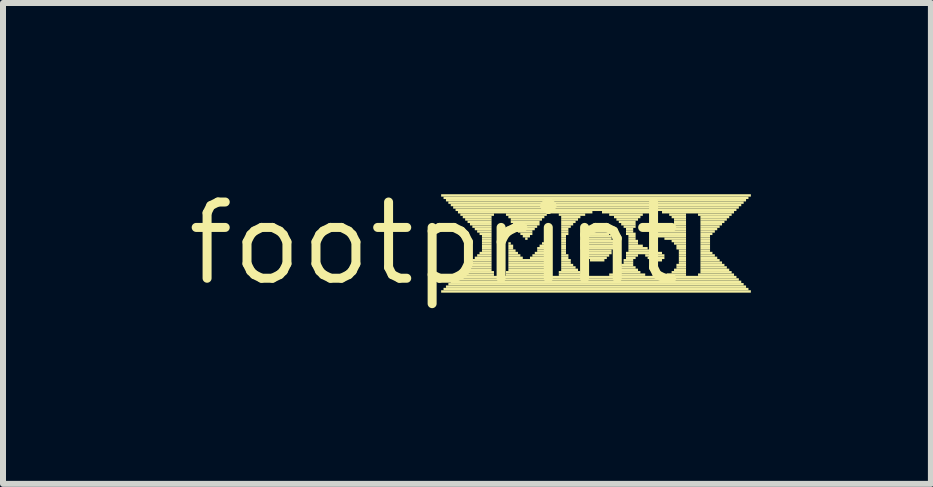
<source format=kicad_pcb>
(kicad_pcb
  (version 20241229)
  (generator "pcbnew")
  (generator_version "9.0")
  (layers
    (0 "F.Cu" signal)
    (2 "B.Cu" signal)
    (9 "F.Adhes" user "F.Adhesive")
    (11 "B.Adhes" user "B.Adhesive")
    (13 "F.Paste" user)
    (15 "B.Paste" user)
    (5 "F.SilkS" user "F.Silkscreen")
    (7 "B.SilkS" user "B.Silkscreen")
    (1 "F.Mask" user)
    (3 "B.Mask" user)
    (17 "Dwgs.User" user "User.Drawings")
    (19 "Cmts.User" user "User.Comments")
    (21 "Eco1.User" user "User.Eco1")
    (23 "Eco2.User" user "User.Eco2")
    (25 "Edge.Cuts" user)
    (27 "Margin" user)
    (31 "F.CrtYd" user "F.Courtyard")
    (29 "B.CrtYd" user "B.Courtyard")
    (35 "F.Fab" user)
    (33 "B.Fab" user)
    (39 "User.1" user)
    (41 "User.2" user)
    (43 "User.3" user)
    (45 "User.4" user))
  (footprint "footprint"
    (layer "F.Cu")
    (at 4.18 1.006)
    (property "Reference" "footprint" (at 0 0 0) (layer "F.SilkS") (effects (font (size 1.27 1.27) (thickness 0.15))))
    (fp_poly (pts (xy 0.12 -0.78) (xy 5.28 -0.78) (xy 5.28 -0.82) (xy 0.12 -0.82)) (stroke (width 0) (type solid)) (fill yes) (layer "F.SilkS"))
    (fp_poly (pts (xy 0.12 0.82) (xy 5.28 0.82) (xy 5.28 0.78) (xy 0.12 0.78)) (stroke (width 0) (type solid)) (fill yes) (layer "F.SilkS"))
    (fp_poly (pts (xy 0.16 -0.74) (xy 5.24 -0.74) (xy 5.24 -0.78) (xy 0.16 -0.78)) (stroke (width 0) (type solid)) (fill yes) (layer "F.SilkS"))
    (fp_poly (pts (xy 0.16 0.78) (xy 5.24 0.78) (xy 5.24 0.74) (xy 0.16 0.74)) (stroke (width 0) (type solid)) (fill yes) (layer "F.SilkS"))
    (fp_poly (pts (xy 0.2 -0.7) (xy 5.2 -0.7) (xy 5.2 -0.74) (xy 0.2 -0.74)) (stroke (width 0) (type solid)) (fill yes) (layer "F.SilkS"))
    (fp_poly (pts (xy 0.2 0.74) (xy 5.2 0.74) (xy 5.2 0.7) (xy 0.2 0.7)) (stroke (width 0) (type solid)) (fill yes) (layer "F.SilkS"))
    (fp_poly (pts (xy 0.24 -0.66) (xy 5.16 -0.66) (xy 5.16 -0.7) (xy 0.24 -0.7)) (stroke (width 0) (type solid)) (fill yes) (layer "F.SilkS"))
    (fp_poly (pts (xy 0.24 0.7) (xy 5.16 0.7) (xy 5.16 0.66) (xy 0.24 0.66)) (stroke (width 0) (type solid)) (fill yes) (layer "F.SilkS"))
    (fp_poly (pts (xy 0.28 -0.62) (xy 5.12 -0.62) (xy 5.12 -0.66) (xy 0.28 -0.66)) (stroke (width 0) (type solid)) (fill yes) (layer "F.SilkS"))
    (fp_poly (pts (xy 0.28 0.66) (xy 5.12 0.66) (xy 5.12 0.62) (xy 0.28 0.62)) (stroke (width 0) (type solid)) (fill yes) (layer "F.SilkS"))
    (fp_poly (pts (xy 0.32 -0.58) (xy 5.08 -0.58) (xy 5.08 -0.62) (xy 0.32 -0.62)) (stroke (width 0) (type solid)) (fill yes) (layer "F.SilkS"))
    (fp_poly (pts (xy 0.32 0.62) (xy 5.08 0.62) (xy 5.08 0.58) (xy 0.32 0.58)) (stroke (width 0) (type solid)) (fill yes) (layer "F.SilkS"))
    (fp_poly (pts (xy 0.36 -0.54) (xy 5.04 -0.54) (xy 5.04 -0.58) (xy 0.36 -0.58)) (stroke (width 0) (type solid)) (fill yes) (layer "F.SilkS"))
    (fp_poly (pts (xy 0.36 0.58) (xy 5.04 0.58) (xy 5.04 0.54) (xy 0.36 0.54)) (stroke (width 0) (type solid)) (fill yes) (layer "F.SilkS"))
    (fp_poly (pts (xy 0.4 -0.5) (xy 2.64 -0.5) (xy 2.64 -0.54) (xy 0.4 -0.54)) (stroke (width 0) (type solid)) (fill yes) (layer "F.SilkS"))
    (fp_poly (pts (xy 0.4 0.54) (xy 1 0.54) (xy 1 0.5) (xy 0.4 0.5)) (stroke (width 0) (type solid)) (fill yes) (layer "F.SilkS"))
    (fp_poly (pts (xy 0.44 -0.46) (xy 1 -0.46) (xy 1 -0.5) (xy 0.44 -0.5)) (stroke (width 0) (type solid)) (fill yes) (layer "F.SilkS"))
    (fp_poly (pts (xy 0.44 0.5) (xy 1 0.5) (xy 1 0.46) (xy 0.44 0.46)) (stroke (width 0) (type solid)) (fill yes) (layer "F.SilkS"))
    (fp_poly (pts (xy 0.48 -0.42) (xy 0.96 -0.42) (xy 0.96 -0.46) (xy 0.48 -0.46)) (stroke (width 0) (type solid)) (fill yes) (layer "F.SilkS"))
    (fp_poly (pts (xy 0.48 0.46) (xy 0.96 0.46) (xy 0.96 0.42) (xy 0.48 0.42)) (stroke (width 0) (type solid)) (fill yes) (layer "F.SilkS"))
    (fp_poly (pts (xy 0.52 -0.38) (xy 0.96 -0.38) (xy 0.96 -0.42) (xy 0.52 -0.42)) (stroke (width 0) (type solid)) (fill yes) (layer "F.SilkS"))
    (fp_poly (pts (xy 0.52 0.42) (xy 0.96 0.42) (xy 0.96 0.38) (xy 0.52 0.38)) (stroke (width 0) (type solid)) (fill yes) (layer "F.SilkS"))
    (fp_poly (pts (xy 0.56 -0.34) (xy 0.96 -0.34) (xy 0.96 -0.38) (xy 0.56 -0.38)) (stroke (width 0) (type solid)) (fill yes) (layer "F.SilkS"))
    (fp_poly (pts (xy 0.56 0.38) (xy 0.96 0.38) (xy 0.96 0.34) (xy 0.56 0.34)) (stroke (width 0) (type solid)) (fill yes) (layer "F.SilkS"))
    (fp_poly (pts (xy 0.6 -0.3) (xy 0.96 -0.3) (xy 0.96 -0.34) (xy 0.6 -0.34)) (stroke (width 0) (type solid)) (fill yes) (layer "F.SilkS"))
    (fp_poly (pts (xy 0.6 0.34) (xy 0.96 0.34) (xy 0.96 0.3) (xy 0.6 0.3)) (stroke (width 0) (type solid)) (fill yes) (layer "F.SilkS"))
    (fp_poly (pts (xy 0.64 -0.26) (xy 0.96 -0.26) (xy 0.96 -0.3) (xy 0.64 -0.3)) (stroke (width 0) (type solid)) (fill yes) (layer "F.SilkS"))
    (fp_poly (pts (xy 0.64 0.3) (xy 0.96 0.3) (xy 0.96 0.26) (xy 0.64 0.26)) (stroke (width 0) (type solid)) (fill yes) (layer "F.SilkS"))
    (fp_poly (pts (xy 0.68 -0.22) (xy 0.96 -0.22) (xy 0.96 -0.26) (xy 0.68 -0.26)) (stroke (width 0) (type solid)) (fill yes) (layer "F.SilkS"))
    (fp_poly (pts (xy 0.68 0.26) (xy 0.96 0.26) (xy 0.96 0.22) (xy 0.68 0.22)) (stroke (width 0) (type solid)) (fill yes) (layer "F.SilkS"))
    (fp_poly (pts (xy 0.72 -0.18) (xy 0.96 -0.18) (xy 0.96 -0.22) (xy 0.72 -0.22)) (stroke (width 0) (type solid)) (fill yes) (layer "F.SilkS"))
    (fp_poly (pts (xy 0.72 0.22) (xy 0.96 0.22) (xy 0.96 0.18) (xy 0.72 0.18)) (stroke (width 0) (type solid)) (fill yes) (layer "F.SilkS"))
    (fp_poly (pts (xy 0.76 -0.14) (xy 0.96 -0.14) (xy 0.96 -0.18) (xy 0.76 -0.18)) (stroke (width 0) (type solid)) (fill yes) (layer "F.SilkS"))
    (fp_poly (pts (xy 0.76 0.18) (xy 0.96 0.18) (xy 0.96 0.14) (xy 0.76 0.14)) (stroke (width 0) (type solid)) (fill yes) (layer "F.SilkS"))
    (fp_poly (pts (xy 0.8 -0.1) (xy 0.96 -0.1) (xy 0.96 -0.14) (xy 0.8 -0.14)) (stroke (width 0) (type solid)) (fill yes) (layer "F.SilkS"))
    (fp_poly (pts (xy 0.8 -0.06) (xy 0.96 -0.06) (xy 0.96 -0.1) (xy 0.8 -0.1)) (stroke (width 0) (type solid)) (fill yes) (layer "F.SilkS"))
    (fp_poly (pts (xy 0.8 -0.02) (xy 0.96 -0.02) (xy 0.96 -0.06) (xy 0.8 -0.06)) (stroke (width 0) (type solid)) (fill yes) (layer "F.SilkS"))
    (fp_poly (pts (xy 0.8 0.02) (xy 0.96 0.02) (xy 0.96 -0.02) (xy 0.8 -0.02)) (stroke (width 0) (type solid)) (fill yes) (layer "F.SilkS"))
    (fp_poly (pts (xy 0.8 0.06) (xy 0.96 0.06) (xy 0.96 0.02) (xy 0.8 0.02)) (stroke (width 0) (type solid)) (fill yes) (layer "F.SilkS"))
    (fp_poly (pts (xy 0.8 0.1) (xy 0.96 0.1) (xy 0.96 0.06) (xy 0.8 0.06)) (stroke (width 0) (type solid)) (fill yes) (layer "F.SilkS"))
    (fp_poly (pts (xy 0.8 0.14) (xy 0.96 0.14) (xy 0.96 0.1) (xy 0.8 0.1)) (stroke (width 0) (type solid)) (fill yes) (layer "F.SilkS"))
    (fp_poly (pts (xy 1.2 -0.46) (xy 1.88 -0.46) (xy 1.88 -0.5) (xy 1.2 -0.5)) (stroke (width 0) (type solid)) (fill yes) (layer "F.SilkS"))
    (fp_poly (pts (xy 1.2 0.5) (xy 1.88 0.5) (xy 1.88 0.46) (xy 1.2 0.46)) (stroke (width 0) (type solid)) (fill yes) (layer "F.SilkS"))
    (fp_poly (pts (xy 1.2 0.54) (xy 1.88 0.54) (xy 1.88 0.5) (xy 1.2 0.5)) (stroke (width 0) (type solid)) (fill yes) (layer "F.SilkS"))
    (fp_poly (pts (xy 1.24 -0.42) (xy 1.84 -0.42) (xy 1.84 -0.46) (xy 1.24 -0.46)) (stroke (width 0) (type solid)) (fill yes) (layer "F.SilkS"))
    (fp_poly (pts (xy 1.24 0.02) (xy 1.28 0.02) (xy 1.28 -0.02) (xy 1.24 -0.02)) (stroke (width 0) (type solid)) (fill yes) (layer "F.SilkS"))
    (fp_poly (pts (xy 1.24 0.06) (xy 1.32 0.06) (xy 1.32 0.02) (xy 1.24 0.02)) (stroke (width 0) (type solid)) (fill yes) (layer "F.SilkS"))
    (fp_poly (pts (xy 1.24 0.1) (xy 1.32 0.1) (xy 1.32 0.06) (xy 1.24 0.06)) (stroke (width 0) (type solid)) (fill yes) (layer "F.SilkS"))
    (fp_poly (pts (xy 1.24 0.14) (xy 1.36 0.14) (xy 1.36 0.1) (xy 1.24 0.1)) (stroke (width 0) (type solid)) (fill yes) (layer "F.SilkS"))
    (fp_poly (pts (xy 1.24 0.18) (xy 1.4 0.18) (xy 1.4 0.14) (xy 1.24 0.14)) (stroke (width 0) (type solid)) (fill yes) (layer "F.SilkS"))
    (fp_poly (pts (xy 1.24 0.22) (xy 1.44 0.22) (xy 1.44 0.18) (xy 1.24 0.18)) (stroke (width 0) (type solid)) (fill yes) (layer "F.SilkS"))
    (fp_poly (pts (xy 1.24 0.26) (xy 1.48 0.26) (xy 1.48 0.22) (xy 1.24 0.22)) (stroke (width 0) (type solid)) (fill yes) (layer "F.SilkS"))
    (fp_poly (pts (xy 1.24 0.3) (xy 1.84 0.3) (xy 1.84 0.26) (xy 1.24 0.26)) (stroke (width 0) (type solid)) (fill yes) (layer "F.SilkS"))
    (fp_poly (pts (xy 1.24 0.34) (xy 1.84 0.34) (xy 1.84 0.3) (xy 1.24 0.3)) (stroke (width 0) (type solid)) (fill yes) (layer "F.SilkS"))
    (fp_poly (pts (xy 1.24 0.38) (xy 1.84 0.38) (xy 1.84 0.34) (xy 1.24 0.34)) (stroke (width 0) (type solid)) (fill yes) (layer "F.SilkS"))
    (fp_poly (pts (xy 1.24 0.42) (xy 1.84 0.42) (xy 1.84 0.38) (xy 1.24 0.38)) (stroke (width 0) (type solid)) (fill yes) (layer "F.SilkS"))
    (fp_poly (pts (xy 1.24 0.46) (xy 1.84 0.46) (xy 1.84 0.42) (xy 1.24 0.42)) (stroke (width 0) (type solid)) (fill yes) (layer "F.SilkS"))
    (fp_poly (pts (xy 1.28 -0.38) (xy 1.8 -0.38) (xy 1.8 -0.42) (xy 1.28 -0.42)) (stroke (width 0) (type solid)) (fill yes) (layer "F.SilkS"))
    (fp_poly (pts (xy 1.28 -0.34) (xy 1.76 -0.34) (xy 1.76 -0.38) (xy 1.28 -0.38)) (stroke (width 0) (type solid)) (fill yes) (layer "F.SilkS"))
    (fp_poly (pts (xy 1.32 -0.3) (xy 1.76 -0.3) (xy 1.76 -0.34) (xy 1.32 -0.34)) (stroke (width 0) (type solid)) (fill yes) (layer "F.SilkS"))
    (fp_poly (pts (xy 1.36 -0.26) (xy 1.72 -0.26) (xy 1.72 -0.3) (xy 1.36 -0.3)) (stroke (width 0) (type solid)) (fill yes) (layer "F.SilkS"))
    (fp_poly (pts (xy 1.4 -0.22) (xy 1.68 -0.22) (xy 1.68 -0.26) (xy 1.4 -0.26)) (stroke (width 0) (type solid)) (fill yes) (layer "F.SilkS"))
    (fp_poly (pts (xy 1.4 -0.18) (xy 1.64 -0.18) (xy 1.64 -0.22) (xy 1.4 -0.22)) (stroke (width 0) (type solid)) (fill yes) (layer "F.SilkS"))
    (fp_poly (pts (xy 1.44 -0.14) (xy 1.64 -0.14) (xy 1.64 -0.18) (xy 1.44 -0.18)) (stroke (width 0) (type solid)) (fill yes) (layer "F.SilkS"))
    (fp_poly (pts (xy 1.48 -0.1) (xy 1.6 -0.1) (xy 1.6 -0.14) (xy 1.48 -0.14)) (stroke (width 0) (type solid)) (fill yes) (layer "F.SilkS"))
    (fp_poly (pts (xy 1.52 -0.06) (xy 1.56 -0.06) (xy 1.56 -0.1) (xy 1.52 -0.1)) (stroke (width 0) (type solid)) (fill yes) (layer "F.SilkS"))
    (fp_poly (pts (xy 1.6 0.26) (xy 1.84 0.26) (xy 1.84 0.22) (xy 1.6 0.22)) (stroke (width 0) (type solid)) (fill yes) (layer "F.SilkS"))
    (fp_poly (pts (xy 1.64 0.22) (xy 1.84 0.22) (xy 1.84 0.18) (xy 1.64 0.18)) (stroke (width 0) (type solid)) (fill yes) (layer "F.SilkS"))
    (fp_poly (pts (xy 1.68 0.18) (xy 1.84 0.18) (xy 1.84 0.14) (xy 1.68 0.14)) (stroke (width 0) (type solid)) (fill yes) (layer "F.SilkS"))
    (fp_poly (pts (xy 1.72 0.1) (xy 1.84 0.1) (xy 1.84 0.06) (xy 1.72 0.06)) (stroke (width 0) (type solid)) (fill yes) (layer "F.SilkS"))
    (fp_poly (pts (xy 1.72 0.14) (xy 1.84 0.14) (xy 1.84 0.1) (xy 1.72 0.1)) (stroke (width 0) (type solid)) (fill yes) (layer "F.SilkS"))
    (fp_poly (pts (xy 1.76 0.06) (xy 1.84 0.06) (xy 1.84 0.02) (xy 1.76 0.02)) (stroke (width 0) (type solid)) (fill yes) (layer "F.SilkS"))
    (fp_poly (pts (xy 1.8 0.02) (xy 1.84 0.02) (xy 1.84 -0.02) (xy 1.8 -0.02)) (stroke (width 0) (type solid)) (fill yes) (layer "F.SilkS"))
    (fp_poly (pts (xy 2.08 -0.46) (xy 2.52 -0.46) (xy 2.52 -0.5) (xy 2.08 -0.5)) (stroke (width 0) (type solid)) (fill yes) (layer "F.SilkS"))
    (fp_poly (pts (xy 2.08 0.5) (xy 2.44 0.5) (xy 2.44 0.46) (xy 2.08 0.46)) (stroke (width 0) (type solid)) (fill yes) (layer "F.SilkS"))
    (fp_poly (pts (xy 2.08 0.54) (xy 2.52 0.54) (xy 2.52 0.5) (xy 2.08 0.5)) (stroke (width 0) (type solid)) (fill yes) (layer "F.SilkS"))
    (fp_poly (pts (xy 2.12 -0.42) (xy 2.44 -0.42) (xy 2.44 -0.46) (xy 2.12 -0.46)) (stroke (width 0) (type solid)) (fill yes) (layer "F.SilkS"))
    (fp_poly (pts (xy 2.12 -0.38) (xy 2.4 -0.38) (xy 2.4 -0.42) (xy 2.12 -0.42)) (stroke (width 0) (type solid)) (fill yes) (layer "F.SilkS"))
    (fp_poly (pts (xy 2.12 -0.34) (xy 2.36 -0.34) (xy 2.36 -0.38) (xy 2.12 -0.38)) (stroke (width 0) (type solid)) (fill yes) (layer "F.SilkS"))
    (fp_poly (pts (xy 2.12 -0.3) (xy 2.32 -0.3) (xy 2.32 -0.34) (xy 2.12 -0.34)) (stroke (width 0) (type solid)) (fill yes) (layer "F.SilkS"))
    (fp_poly (pts (xy 2.12 -0.26) (xy 2.28 -0.26) (xy 2.28 -0.3) (xy 2.12 -0.3)) (stroke (width 0) (type solid)) (fill yes) (layer "F.SilkS"))
    (fp_poly (pts (xy 2.12 -0.22) (xy 2.24 -0.22) (xy 2.24 -0.26) (xy 2.12 -0.26)) (stroke (width 0) (type solid)) (fill yes) (layer "F.SilkS"))
    (fp_poly (pts (xy 2.12 -0.18) (xy 2.24 -0.18) (xy 2.24 -0.22) (xy 2.12 -0.22)) (stroke (width 0) (type solid)) (fill yes) (layer "F.SilkS"))
    (fp_poly (pts (xy 2.12 -0.14) (xy 2.24 -0.14) (xy 2.24 -0.18) (xy 2.12 -0.18)) (stroke (width 0) (type solid)) (fill yes) (layer "F.SilkS"))
    (fp_poly (pts (xy 2.12 -0.1) (xy 2.2 -0.1) (xy 2.2 -0.14) (xy 2.12 -0.14)) (stroke (width 0) (type solid)) (fill yes) (layer "F.SilkS"))
    (fp_poly (pts (xy 2.12 -0.06) (xy 2.2 -0.06) (xy 2.2 -0.1) (xy 2.12 -0.1)) (stroke (width 0) (type solid)) (fill yes) (layer "F.SilkS"))
    (fp_poly (pts (xy 2.12 -0.02) (xy 2.2 -0.02) (xy 2.2 -0.06) (xy 2.12 -0.06)) (stroke (width 0) (type solid)) (fill yes) (layer "F.SilkS"))
    (fp_poly (pts (xy 2.12 0.02) (xy 2.2 0.02) (xy 2.2 -0.02) (xy 2.12 -0.02)) (stroke (width 0) (type solid)) (fill yes) (layer "F.SilkS"))
    (fp_poly (pts (xy 2.12 0.06) (xy 2.2 0.06) (xy 2.2 0.02) (xy 2.12 0.02)) (stroke (width 0) (type solid)) (fill yes) (layer "F.SilkS"))
    (fp_poly (pts (xy 2.12 0.1) (xy 2.2 0.1) (xy 2.2 0.06) (xy 2.12 0.06)) (stroke (width 0) (type solid)) (fill yes) (layer "F.SilkS"))
    (fp_poly (pts (xy 2.12 0.14) (xy 2.2 0.14) (xy 2.2 0.1) (xy 2.12 0.1)) (stroke (width 0) (type solid)) (fill yes) (layer "F.SilkS"))
    (fp_poly (pts (xy 2.12 0.18) (xy 2.2 0.18) (xy 2.2 0.14) (xy 2.12 0.14)) (stroke (width 0) (type solid)) (fill yes) (layer "F.SilkS"))
    (fp_poly (pts (xy 2.12 0.22) (xy 2.24 0.22) (xy 2.24 0.18) (xy 2.12 0.18)) (stroke (width 0) (type solid)) (fill yes) (layer "F.SilkS"))
    (fp_poly (pts (xy 2.12 0.26) (xy 2.24 0.26) (xy 2.24 0.22) (xy 2.12 0.22)) (stroke (width 0) (type solid)) (fill yes) (layer "F.SilkS"))
    (fp_poly (pts (xy 2.12 0.3) (xy 2.28 0.3) (xy 2.28 0.26) (xy 2.12 0.26)) (stroke (width 0) (type solid)) (fill yes) (layer "F.SilkS"))
    (fp_poly (pts (xy 2.12 0.34) (xy 2.28 0.34) (xy 2.28 0.3) (xy 2.12 0.3)) (stroke (width 0) (type solid)) (fill yes) (layer "F.SilkS"))
    (fp_poly (pts (xy 2.12 0.38) (xy 2.32 0.38) (xy 2.32 0.34) (xy 2.12 0.34)) (stroke (width 0) (type solid)) (fill yes) (layer "F.SilkS"))
    (fp_poly (pts (xy 2.12 0.42) (xy 2.36 0.42) (xy 2.36 0.38) (xy 2.12 0.38)) (stroke (width 0) (type solid)) (fill yes) (layer "F.SilkS"))
    (fp_poly (pts (xy 2.12 0.46) (xy 2.4 0.46) (xy 2.4 0.42) (xy 2.12 0.42)) (stroke (width 0) (type solid)) (fill yes) (layer "F.SilkS"))
    (fp_poly (pts (xy 2.44 -0.02) (xy 3 -0.02) (xy 3 -0.06) (xy 2.44 -0.06)) (stroke (width 0) (type solid)) (fill yes) (layer "F.SilkS"))
    (fp_poly (pts (xy 2.44 0.02) (xy 3 0.02) (xy 3 -0.02) (xy 2.44 -0.02)) (stroke (width 0) (type solid)) (fill yes) (layer "F.SilkS"))
    (fp_poly (pts (xy 2.44 0.06) (xy 3 0.06) (xy 3 0.02) (xy 2.44 0.02)) (stroke (width 0) (type solid)) (fill yes) (layer "F.SilkS"))
    (fp_poly (pts (xy 2.44 0.1) (xy 3 0.1) (xy 3 0.06) (xy 2.44 0.06)) (stroke (width 0) (type solid)) (fill yes) (layer "F.SilkS"))
    (fp_poly (pts (xy 2.48 -0.1) (xy 2.96 -0.1) (xy 2.96 -0.14) (xy 2.48 -0.14)) (stroke (width 0) (type solid)) (fill yes) (layer "F.SilkS"))
    (fp_poly (pts (xy 2.48 -0.06) (xy 2.96 -0.06) (xy 2.96 -0.1) (xy 2.48 -0.1)) (stroke (width 0) (type solid)) (fill yes) (layer "F.SilkS"))
    (fp_poly (pts (xy 2.48 0.14) (xy 2.96 0.14) (xy 2.96 0.1) (xy 2.48 0.1)) (stroke (width 0) (type solid)) (fill yes) (layer "F.SilkS"))
    (fp_poly (pts (xy 2.48 0.18) (xy 2.96 0.18) (xy 2.96 0.14) (xy 2.48 0.14)) (stroke (width 0) (type solid)) (fill yes) (layer "F.SilkS"))
    (fp_poly (pts (xy 2.52 -0.18) (xy 2.88 -0.18) (xy 2.88 -0.22) (xy 2.52 -0.22)) (stroke (width 0) (type solid)) (fill yes) (layer "F.SilkS"))
    (fp_poly (pts (xy 2.52 -0.14) (xy 2.92 -0.14) (xy 2.92 -0.18) (xy 2.52 -0.18)) (stroke (width 0) (type solid)) (fill yes) (layer "F.SilkS"))
    (fp_poly (pts (xy 2.52 0.22) (xy 2.92 0.22) (xy 2.92 0.18) (xy 2.52 0.18)) (stroke (width 0) (type solid)) (fill yes) (layer "F.SilkS"))
    (fp_poly (pts (xy 2.56 0.26) (xy 2.88 0.26) (xy 2.88 0.22) (xy 2.56 0.22)) (stroke (width 0) (type solid)) (fill yes) (layer "F.SilkS"))
    (fp_poly (pts (xy 2.6 -0.22) (xy 2.84 -0.22) (xy 2.84 -0.26) (xy 2.6 -0.26)) (stroke (width 0) (type solid)) (fill yes) (layer "F.SilkS"))
    (fp_poly (pts (xy 2.6 0.3) (xy 2.84 0.3) (xy 2.84 0.26) (xy 2.6 0.26)) (stroke (width 0) (type solid)) (fill yes) (layer "F.SilkS"))
    (fp_poly (pts (xy 2.8 -0.5) (xy 3.6 -0.5) (xy 3.6 -0.54) (xy 2.8 -0.54)) (stroke (width 0) (type solid)) (fill yes) (layer "F.SilkS"))
    (fp_poly (pts (xy 2.92 -0.46) (xy 3.48 -0.46) (xy 3.48 -0.5) (xy 2.92 -0.5)) (stroke (width 0) (type solid)) (fill yes) (layer "F.SilkS"))
    (fp_poly (pts (xy 2.92 0.54) (xy 3.52 0.54) (xy 3.52 0.5) (xy 2.92 0.5)) (stroke (width 0) (type solid)) (fill yes) (layer "F.SilkS"))
    (fp_poly (pts (xy 3 -0.42) (xy 3.44 -0.42) (xy 3.44 -0.46) (xy 3 -0.46)) (stroke (width 0) (type solid)) (fill yes) (layer "F.SilkS"))
    (fp_poly (pts (xy 3 0.5) (xy 3.44 0.5) (xy 3.44 0.46) (xy 3 0.46)) (stroke (width 0) (type solid)) (fill yes) (layer "F.SilkS"))
    (fp_poly (pts (xy 3.04 -0.38) (xy 3.4 -0.38) (xy 3.4 -0.42) (xy 3.04 -0.42)) (stroke (width 0) (type solid)) (fill yes) (layer "F.SilkS"))
    (fp_poly (pts (xy 3.04 0.46) (xy 3.4 0.46) (xy 3.4 0.42) (xy 3.04 0.42)) (stroke (width 0) (type solid)) (fill yes) (layer "F.SilkS"))
    (fp_poly (pts (xy 3.08 -0.34) (xy 3.36 -0.34) (xy 3.36 -0.38) (xy 3.08 -0.38)) (stroke (width 0) (type solid)) (fill yes) (layer "F.SilkS"))
    (fp_poly (pts (xy 3.08 0.42) (xy 3.36 0.42) (xy 3.36 0.38) (xy 3.08 0.38)) (stroke (width 0) (type solid)) (fill yes) (layer "F.SilkS"))
    (fp_poly (pts (xy 3.12 -0.3) (xy 3.36 -0.3) (xy 3.36 -0.34) (xy 3.12 -0.34)) (stroke (width 0) (type solid)) (fill yes) (layer "F.SilkS"))
    (fp_poly (pts (xy 3.12 0.38) (xy 3.32 0.38) (xy 3.32 0.34) (xy 3.12 0.34)) (stroke (width 0) (type solid)) (fill yes) (layer "F.SilkS"))
    (fp_poly (pts (xy 3.16 -0.26) (xy 3.36 -0.26) (xy 3.36 -0.3) (xy 3.16 -0.3)) (stroke (width 0) (type solid)) (fill yes) (layer "F.SilkS"))
    (fp_poly (pts (xy 3.16 0.3) (xy 3.32 0.3) (xy 3.32 0.26) (xy 3.16 0.26)) (stroke (width 0) (type solid)) (fill yes) (layer "F.SilkS"))
    (fp_poly (pts (xy 3.16 0.34) (xy 3.32 0.34) (xy 3.32 0.3) (xy 3.16 0.3)) (stroke (width 0) (type solid)) (fill yes) (layer "F.SilkS"))
    (fp_poly (pts (xy 3.2 -0.22) (xy 3.32 -0.22) (xy 3.32 -0.26) (xy 3.2 -0.26)) (stroke (width 0) (type solid)) (fill yes) (layer "F.SilkS"))
    (fp_poly (pts (xy 3.2 -0.18) (xy 3.32 -0.18) (xy 3.32 -0.22) (xy 3.2 -0.22)) (stroke (width 0) (type solid)) (fill yes) (layer "F.SilkS"))
    (fp_poly (pts (xy 3.2 -0.14) (xy 3.36 -0.14) (xy 3.36 -0.18) (xy 3.2 -0.18)) (stroke (width 0) (type solid)) (fill yes) (layer "F.SilkS"))
    (fp_poly (pts (xy 3.2 0.18) (xy 3.8 0.18) (xy 3.8 0.14) (xy 3.2 0.14)) (stroke (width 0) (type solid)) (fill yes) (layer "F.SilkS"))
    (fp_poly (pts (xy 3.2 0.22) (xy 3.4 0.22) (xy 3.4 0.18) (xy 3.2 0.18)) (stroke (width 0) (type solid)) (fill yes) (layer "F.SilkS"))
    (fp_poly (pts (xy 3.2 0.26) (xy 3.36 0.26) (xy 3.36 0.22) (xy 3.2 0.22)) (stroke (width 0) (type solid)) (fill yes) (layer "F.SilkS"))
    (fp_poly (pts (xy 3.24 -0.1) (xy 3.36 -0.1) (xy 3.36 -0.14) (xy 3.24 -0.14)) (stroke (width 0) (type solid)) (fill yes) (layer "F.SilkS"))
    (fp_poly (pts (xy 3.24 -0.06) (xy 3.36 -0.06) (xy 3.36 -0.1) (xy 3.24 -0.1)) (stroke (width 0) (type solid)) (fill yes) (layer "F.SilkS"))
    (fp_poly (pts (xy 3.24 -0.02) (xy 3.4 -0.02) (xy 3.4 -0.06) (xy 3.24 -0.06)) (stroke (width 0) (type solid)) (fill yes) (layer "F.SilkS"))
    (fp_poly (pts (xy 3.24 0.02) (xy 3.4 0.02) (xy 3.4 -0.02) (xy 3.24 -0.02)) (stroke (width 0) (type solid)) (fill yes) (layer "F.SilkS"))
    (fp_poly (pts (xy 3.24 0.06) (xy 3.48 0.06) (xy 3.48 0.02) (xy 3.24 0.02)) (stroke (width 0) (type solid)) (fill yes) (layer "F.SilkS"))
    (fp_poly (pts (xy 3.24 0.1) (xy 3.56 0.1) (xy 3.56 0.06) (xy 3.24 0.06)) (stroke (width 0) (type solid)) (fill yes) (layer "F.SilkS"))
    (fp_poly (pts (xy 3.24 0.14) (xy 3.72 0.14) (xy 3.72 0.1) (xy 3.24 0.1)) (stroke (width 0) (type solid)) (fill yes) (layer "F.SilkS"))
    (fp_poly (pts (xy 3.52 0.22) (xy 3.84 0.22) (xy 3.84 0.18) (xy 3.52 0.18)) (stroke (width 0) (type solid)) (fill yes) (layer "F.SilkS"))
    (fp_poly (pts (xy 3.56 0.26) (xy 3.84 0.26) (xy 3.84 0.22) (xy 3.56 0.22)) (stroke (width 0) (type solid)) (fill yes) (layer "F.SilkS"))
    (fp_poly (pts (xy 3.6 -0.22) (xy 3.84 -0.22) (xy 3.84 -0.26) (xy 3.6 -0.26)) (stroke (width 0) (type solid)) (fill yes) (layer "F.SilkS"))
    (fp_poly (pts (xy 3.6 -0.18) (xy 4.2 -0.18) (xy 4.2 -0.22) (xy 3.6 -0.22)) (stroke (width 0) (type solid)) (fill yes) (layer "F.SilkS"))
    (fp_poly (pts (xy 3.6 -0.14) (xy 4.2 -0.14) (xy 4.2 -0.18) (xy 3.6 -0.18)) (stroke (width 0) (type solid)) (fill yes) (layer "F.SilkS"))
    (fp_poly (pts (xy 3.6 0.3) (xy 3.8 0.3) (xy 3.8 0.26) (xy 3.6 0.26)) (stroke (width 0) (type solid)) (fill yes) (layer "F.SilkS"))
    (fp_poly (pts (xy 3.64 -0.26) (xy 3.76 -0.26) (xy 3.76 -0.3) (xy 3.64 -0.3)) (stroke (width 0) (type solid)) (fill yes) (layer "F.SilkS"))
    (fp_poly (pts (xy 3.68 -0.1) (xy 4.2 -0.1) (xy 4.2 -0.14) (xy 3.68 -0.14)) (stroke (width 0) (type solid)) (fill yes) (layer "F.SilkS"))
    (fp_poly (pts (xy 3.8 -0.5) (xy 5 -0.5) (xy 5 -0.54) (xy 3.8 -0.54)) (stroke (width 0) (type solid)) (fill yes) (layer "F.SilkS"))
    (fp_poly (pts (xy 3.84 -0.06) (xy 4.2 -0.06) (xy 4.2 -0.1) (xy 3.84 -0.1)) (stroke (width 0) (type solid)) (fill yes) (layer "F.SilkS"))
    (fp_poly (pts (xy 3.88 0.54) (xy 4.2 0.54) (xy 4.2 0.5) (xy 3.88 0.5)) (stroke (width 0) (type solid)) (fill yes) (layer "F.SilkS"))
    (fp_poly (pts (xy 3.92 -0.46) (xy 4.2 -0.46) (xy 4.2 -0.5) (xy 3.92 -0.5)) (stroke (width 0) (type solid)) (fill yes) (layer "F.SilkS"))
    (fp_poly (pts (xy 3.96 -0.42) (xy 4.2 -0.42) (xy 4.2 -0.46) (xy 3.96 -0.46)) (stroke (width 0) (type solid)) (fill yes) (layer "F.SilkS"))
    (fp_poly (pts (xy 3.96 -0.26) (xy 4.2 -0.26) (xy 4.2 -0.3) (xy 3.96 -0.3)) (stroke (width 0) (type solid)) (fill yes) (layer "F.SilkS"))
    (fp_poly (pts (xy 3.96 -0.22) (xy 4.2 -0.22) (xy 4.2 -0.26) (xy 3.96 -0.26)) (stroke (width 0) (type solid)) (fill yes) (layer "F.SilkS"))
    (fp_poly (pts (xy 3.96 -0.02) (xy 4.2 -0.02) (xy 4.2 -0.06) (xy 3.96 -0.06)) (stroke (width 0) (type solid)) (fill yes) (layer "F.SilkS"))
    (fp_poly (pts (xy 3.96 0.5) (xy 4.2 0.5) (xy 4.2 0.46) (xy 3.96 0.46)) (stroke (width 0) (type solid)) (fill yes) (layer "F.SilkS"))
    (fp_poly (pts (xy 4 -0.38) (xy 4.2 -0.38) (xy 4.2 -0.42) (xy 4 -0.42)) (stroke (width 0) (type solid)) (fill yes) (layer "F.SilkS"))
    (fp_poly (pts (xy 4 -0.34) (xy 4.2 -0.34) (xy 4.2 -0.38) (xy 4 -0.38)) (stroke (width 0) (type solid)) (fill yes) (layer "F.SilkS"))
    (fp_poly (pts (xy 4 -0.3) (xy 4.2 -0.3) (xy 4.2 -0.34) (xy 4 -0.34)) (stroke (width 0) (type solid)) (fill yes) (layer "F.SilkS"))
    (fp_poly (pts (xy 4 0.02) (xy 4.2 0.02) (xy 4.2 -0.02) (xy 4 -0.02)) (stroke (width 0) (type solid)) (fill yes) (layer "F.SilkS"))
    (fp_poly (pts (xy 4 0.46) (xy 4.2 0.46) (xy 4.2 0.42) (xy 4 0.42)) (stroke (width 0) (type solid)) (fill yes) (layer "F.SilkS"))
    (fp_poly (pts (xy 4.04 0.06) (xy 4.2 0.06) (xy 4.2 0.02) (xy 4.04 0.02)) (stroke (width 0) (type solid)) (fill yes) (layer "F.SilkS"))
    (fp_poly (pts (xy 4.04 0.1) (xy 4.2 0.1) (xy 4.2 0.06) (xy 4.04 0.06)) (stroke (width 0) (type solid)) (fill yes) (layer "F.SilkS"))
    (fp_poly (pts (xy 4.04 0.38) (xy 4.2 0.38) (xy 4.2 0.34) (xy 4.04 0.34)) (stroke (width 0) (type solid)) (fill yes) (layer "F.SilkS"))
    (fp_poly (pts (xy 4.04 0.42) (xy 4.2 0.42) (xy 4.2 0.38) (xy 4.04 0.38)) (stroke (width 0) (type solid)) (fill yes) (layer "F.SilkS"))
    (fp_poly (pts (xy 4.08 0.14) (xy 4.2 0.14) (xy 4.2 0.1) (xy 4.08 0.1)) (stroke (width 0) (type solid)) (fill yes) (layer "F.SilkS"))
    (fp_poly (pts (xy 4.08 0.18) (xy 4.2 0.18) (xy 4.2 0.14) (xy 4.08 0.14)) (stroke (width 0) (type solid)) (fill yes) (layer "F.SilkS"))
    (fp_poly (pts (xy 4.08 0.22) (xy 4.2 0.22) (xy 4.2 0.18) (xy 4.08 0.18)) (stroke (width 0) (type solid)) (fill yes) (layer "F.SilkS"))
    (fp_poly (pts (xy 4.08 0.26) (xy 4.2 0.26) (xy 4.2 0.22) (xy 4.08 0.22)) (stroke (width 0) (type solid)) (fill yes) (layer "F.SilkS"))
    (fp_poly (pts (xy 4.08 0.3) (xy 4.2 0.3) (xy 4.2 0.26) (xy 4.08 0.26)) (stroke (width 0) (type solid)) (fill yes) (layer "F.SilkS"))
    (fp_poly (pts (xy 4.08 0.34) (xy 4.2 0.34) (xy 4.2 0.3) (xy 4.08 0.3)) (stroke (width 0) (type solid)) (fill yes) (layer "F.SilkS"))
    (fp_poly (pts (xy 4.4 -0.46) (xy 4.96 -0.46) (xy 4.96 -0.5) (xy 4.4 -0.5)) (stroke (width 0) (type solid)) (fill yes) (layer "F.SilkS"))
    (fp_poly (pts (xy 4.4 0.54) (xy 5 0.54) (xy 5 0.5) (xy 4.4 0.5)) (stroke (width 0) (type solid)) (fill yes) (layer "F.SilkS"))
    (fp_poly (pts (xy 4.44 -0.42) (xy 4.92 -0.42) (xy 4.92 -0.46) (xy 4.44 -0.46)) (stroke (width 0) (type solid)) (fill yes) (layer "F.SilkS"))
    (fp_poly (pts (xy 4.44 -0.38) (xy 4.88 -0.38) (xy 4.88 -0.42) (xy 4.44 -0.42)) (stroke (width 0) (type solid)) (fill yes) (layer "F.SilkS"))
    (fp_poly (pts (xy 4.44 -0.34) (xy 4.84 -0.34) (xy 4.84 -0.38) (xy 4.44 -0.38)) (stroke (width 0) (type solid)) (fill yes) (layer "F.SilkS"))
    (fp_poly (pts (xy 4.44 -0.3) (xy 4.8 -0.3) (xy 4.8 -0.34) (xy 4.44 -0.34)) (stroke (width 0) (type solid)) (fill yes) (layer "F.SilkS"))
    (fp_poly (pts (xy 4.44 -0.26) (xy 4.76 -0.26) (xy 4.76 -0.3) (xy 4.44 -0.3)) (stroke (width 0) (type solid)) (fill yes) (layer "F.SilkS"))
    (fp_poly (pts (xy 4.44 -0.22) (xy 4.72 -0.22) (xy 4.72 -0.26) (xy 4.44 -0.26)) (stroke (width 0) (type solid)) (fill yes) (layer "F.SilkS"))
    (fp_poly (pts (xy 4.44 -0.18) (xy 4.68 -0.18) (xy 4.68 -0.22) (xy 4.44 -0.22)) (stroke (width 0) (type solid)) (fill yes) (layer "F.SilkS"))
    (fp_poly (pts (xy 4.44 -0.14) (xy 4.64 -0.14) (xy 4.64 -0.18) (xy 4.44 -0.18)) (stroke (width 0) (type solid)) (fill yes) (layer "F.SilkS"))
    (fp_poly (pts (xy 4.44 -0.1) (xy 4.6 -0.1) (xy 4.6 -0.14) (xy 4.44 -0.14)) (stroke (width 0) (type solid)) (fill yes) (layer "F.SilkS"))
    (fp_poly (pts (xy 4.44 -0.06) (xy 4.6 -0.06) (xy 4.6 -0.1) (xy 4.44 -0.1)) (stroke (width 0) (type solid)) (fill yes) (layer "F.SilkS"))
    (fp_poly (pts (xy 4.44 -0.02) (xy 4.6 -0.02) (xy 4.6 -0.06) (xy 4.44 -0.06)) (stroke (width 0) (type solid)) (fill yes) (layer "F.SilkS"))
    (fp_poly (pts (xy 4.44 0.02) (xy 4.6 0.02) (xy 4.6 -0.02) (xy 4.44 -0.02)) (stroke (width 0) (type solid)) (fill yes) (layer "F.SilkS"))
    (fp_poly (pts (xy 4.44 0.06) (xy 4.6 0.06) (xy 4.6 0.02) (xy 4.44 0.02)) (stroke (width 0) (type solid)) (fill yes) (layer "F.SilkS"))
    (fp_poly (pts (xy 4.44 0.1) (xy 4.6 0.1) (xy 4.6 0.06) (xy 4.44 0.06)) (stroke (width 0) (type solid)) (fill yes) (layer "F.SilkS"))
    (fp_poly (pts (xy 4.44 0.14) (xy 4.6 0.14) (xy 4.6 0.1) (xy 4.44 0.1)) (stroke (width 0) (type solid)) (fill yes) (layer "F.SilkS"))
    (fp_poly (pts (xy 4.44 0.18) (xy 4.64 0.18) (xy 4.64 0.14) (xy 4.44 0.14)) (stroke (width 0) (type solid)) (fill yes) (layer "F.SilkS"))
    (fp_poly (pts (xy 4.44 0.22) (xy 4.68 0.22) (xy 4.68 0.18) (xy 4.44 0.18)) (stroke (width 0) (type solid)) (fill yes) (layer "F.SilkS"))
    (fp_poly (pts (xy 4.44 0.26) (xy 4.72 0.26) (xy 4.72 0.22) (xy 4.44 0.22)) (stroke (width 0) (type solid)) (fill yes) (layer "F.SilkS"))
    (fp_poly (pts (xy 4.44 0.3) (xy 4.76 0.3) (xy 4.76 0.26) (xy 4.44 0.26)) (stroke (width 0) (type solid)) (fill yes) (layer "F.SilkS"))
    (fp_poly (pts (xy 4.44 0.34) (xy 4.8 0.34) (xy 4.8 0.3) (xy 4.44 0.3)) (stroke (width 0) (type solid)) (fill yes) (layer "F.SilkS"))
    (fp_poly (pts (xy 4.44 0.38) (xy 4.84 0.38) (xy 4.84 0.34) (xy 4.44 0.34)) (stroke (width 0) (type solid)) (fill yes) (layer "F.SilkS"))
    (fp_poly (pts (xy 4.44 0.42) (xy 4.88 0.42) (xy 4.88 0.38) (xy 4.44 0.38)) (stroke (width 0) (type solid)) (fill yes) (layer "F.SilkS"))
    (fp_poly (pts (xy 4.44 0.46) (xy 4.92 0.46) (xy 4.92 0.42) (xy 4.44 0.42)) (stroke (width 0) (type solid)) (fill yes) (layer "F.SilkS"))
    (fp_poly (pts (xy 4.44 0.5) (xy 4.96 0.5) (xy 4.96 0.46) (xy 4.44 0.46)) (stroke (width 0) (type solid)) (fill yes) (layer "F.SilkS")))
  (gr_rect
    (start -3 -3)
    (end 12.46 5.012)
    (stroke (width 0.1) (type default))
    (fill no)
    (layer "Edge.Cuts")))
</source>
